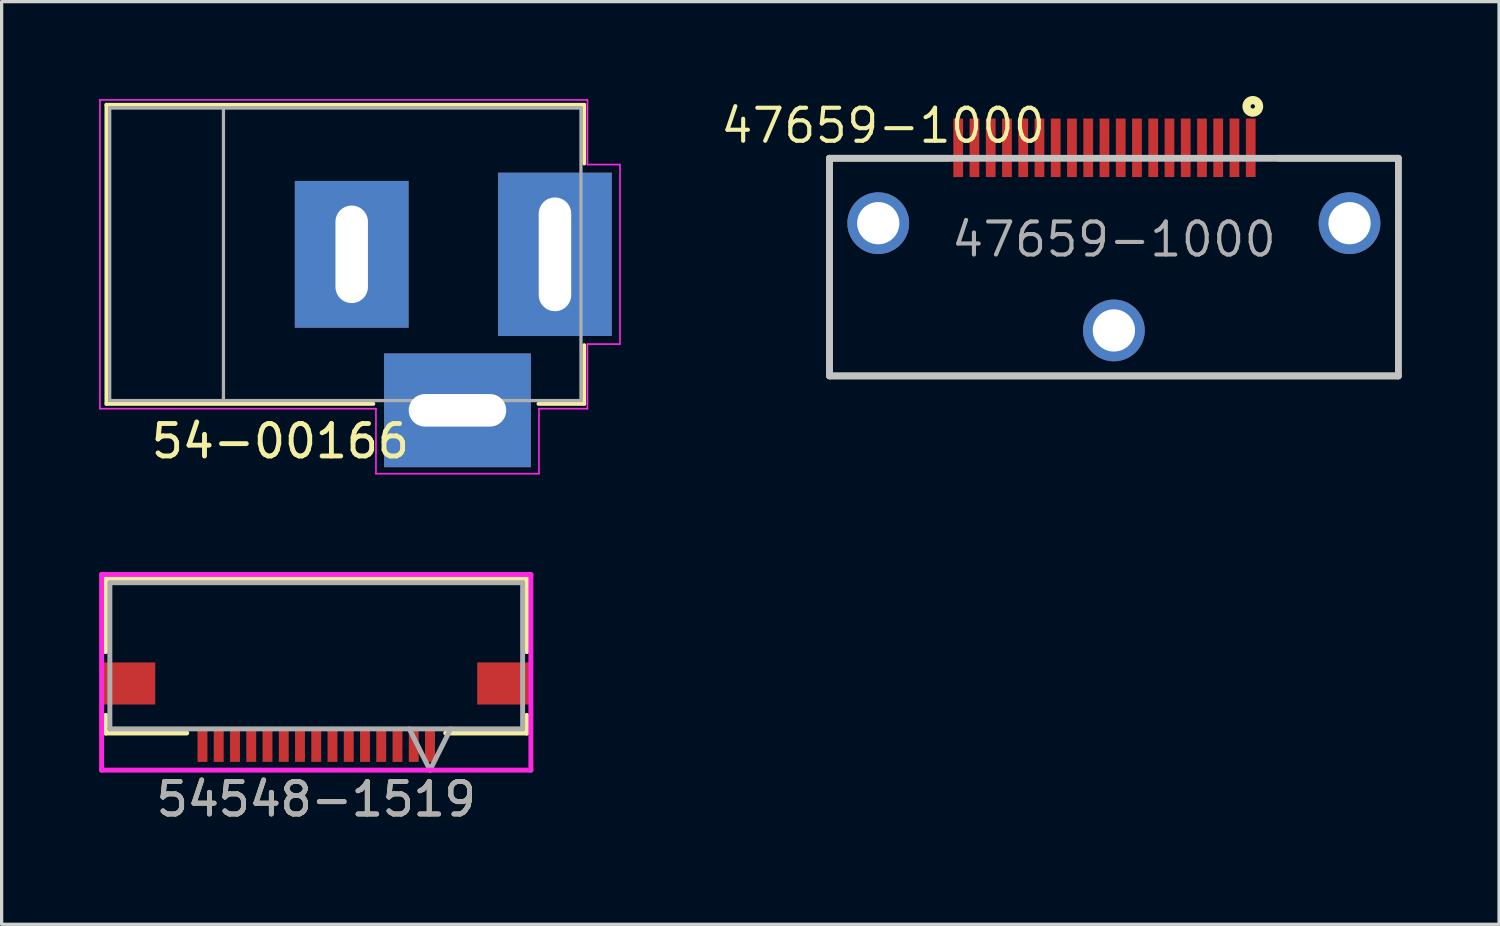
<source format=kicad_pcb>
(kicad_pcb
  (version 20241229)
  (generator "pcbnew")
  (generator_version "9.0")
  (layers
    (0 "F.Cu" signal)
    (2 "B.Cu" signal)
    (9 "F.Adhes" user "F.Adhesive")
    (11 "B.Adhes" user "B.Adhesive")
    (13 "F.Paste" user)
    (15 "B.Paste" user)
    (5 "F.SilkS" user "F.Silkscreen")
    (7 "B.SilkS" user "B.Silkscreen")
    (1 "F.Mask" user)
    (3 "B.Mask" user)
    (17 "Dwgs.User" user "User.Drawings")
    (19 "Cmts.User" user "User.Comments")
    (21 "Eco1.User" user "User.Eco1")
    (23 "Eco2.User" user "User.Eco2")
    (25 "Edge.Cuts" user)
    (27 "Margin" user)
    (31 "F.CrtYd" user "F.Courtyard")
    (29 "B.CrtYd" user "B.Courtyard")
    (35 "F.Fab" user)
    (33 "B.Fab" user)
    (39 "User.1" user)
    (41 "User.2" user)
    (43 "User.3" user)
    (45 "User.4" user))
  (footprint "54548-1519"
    (layer "F.Cu")
    (at 6.68 19.84)
    (property "Reference" "54548-1519" (at 0 1.7 0) (layer "F.SilkS") (effects (font (size 1 1) (thickness 0.15))))
    (attr through_hole)
    (fp_line (start -6.477 -5.087) (end -6.477 -2.841) (stroke (width 0.152) (type solid)) (layer "F.SilkS"))
    (fp_line (start -6.477 -0.88) (end -6.477 -0.337) (stroke (width 0.152) (type solid)) (layer "F.SilkS"))
    (fp_line (start -6.477 -0.337) (end -3.985 -0.337) (stroke (width 0.152) (type solid)) (layer "F.SilkS"))
    (fp_line (start 3.985 -0.337) (end 6.477 -0.337) (stroke (width 0.152) (type solid)) (layer "F.SilkS"))
    (fp_line (start 6.477 -5.087) (end -6.477 -5.087) (stroke (width 0.152) (type solid)) (layer "F.SilkS"))
    (fp_line (start 6.477 -2.841) (end 6.477 -5.087) (stroke (width 0.152) (type solid)) (layer "F.SilkS"))
    (fp_line (start 6.477 -0.337) (end 6.477 -0.88) (stroke (width 0.152) (type solid)) (layer "F.SilkS"))
    (fp_line (start -6.604 -5.214) (end -6.604 0.806) (stroke (width 0.152) (type solid)) (layer "F.CrtYd"))
    (fp_line (start -6.604 0.806) (end 6.604 0.806) (stroke (width 0.152) (type solid)) (layer "F.CrtYd"))
    (fp_line (start 6.604 -5.214) (end -6.604 -5.214) (stroke (width 0.152) (type solid)) (layer "F.CrtYd"))
    (fp_line (start 6.604 0.806) (end 6.604 -5.214) (stroke (width 0.152) (type solid)) (layer "F.CrtYd"))
    (fp_line (start -6.35 -4.96) (end -6.35 -0.464) (stroke (width 0.152) (type solid)) (layer "F.Fab"))
    (fp_line (start -6.35 -0.464) (end 6.35 -0.464) (stroke (width 0.152) (type solid)) (layer "F.Fab"))
    (fp_line (start 2.865 -0.464) (end 3.5 0.806) (stroke (width 0.152) (type solid)) (layer "F.Fab"))
    (fp_line (start 4.135 -0.464) (end 3.5 0.806) (stroke (width 0.152) (type solid)) (layer "F.Fab"))
    (fp_line (start 6.35 -4.96) (end -6.35 -4.96) (stroke (width 0.152) (type solid)) (layer "F.Fab"))
    (fp_line (start 6.35 -0.464) (end 6.35 -4.96) (stroke (width 0.152) (type solid)) (layer "F.Fab"))
    (fp_text user "${REFERENCE}" (at 0 1.7 0) (layer "F.Fab") (effects (font (size 1 1) (thickness 0.15))))
    (pad "1" smd rect (at 3.5 0.044 90) (size 1.016 0.305) (layers "F.Cu" "F.Mask" "F.Paste"))
    (pad "2" smd rect (at 3 0.044 90) (size 1.016 0.305) (layers "F.Cu" "F.Mask" "F.Paste"))
    (pad "3" smd rect (at 2.5 0.044 90) (size 1.016 0.305) (layers "F.Cu" "F.Mask" "F.Paste"))
    (pad "4" smd rect (at 2 0.044 90) (size 1.016 0.305) (layers "F.Cu" "F.Mask" "F.Paste"))
    (pad "5" smd rect (at 1.5 0.044 90) (size 1.016 0.305) (layers "F.Cu" "F.Mask" "F.Paste"))
    (pad "6" smd rect (at 1 0.044 90) (size 1.016 0.305) (layers "F.Cu" "F.Mask" "F.Paste"))
    (pad "7" smd rect (at 0.5 0.044 90) (size 1.016 0.305) (layers "F.Cu" "F.Mask" "F.Paste"))
    (pad "8" smd rect (at 0 0.044 90) (size 1.016 0.305) (layers "F.Cu" "F.Mask" "F.Paste"))
    (pad "9" smd rect (at -0.5 0.044 90) (size 1.016 0.305) (layers "F.Cu" "F.Mask" "F.Paste"))
    (pad "10" smd rect (at -1 0.044 90) (size 1.016 0.305) (layers "F.Cu" "F.Mask" "F.Paste"))
    (pad "11" smd rect (at -1.5 0.044 90) (size 1.016 0.305) (layers "F.Cu" "F.Mask" "F.Paste"))
    (pad "12" smd rect (at -2 0.044 90) (size 1.016 0.305) (layers "F.Cu" "F.Mask" "F.Paste"))
    (pad "13" smd rect (at -2.5 0.044 90) (size 1.016 0.305) (layers "F.Cu" "F.Mask" "F.Paste"))
    (pad "14" smd rect (at -3 0.044 90) (size 1.016 0.305) (layers "F.Cu" "F.Mask" "F.Paste"))
    (pad "15" smd rect (at -3.5 0.044 90) (size 1.016 0.305) (layers "F.Cu" "F.Mask" "F.Paste"))
    (pad "16" smd rect (at -5.779 -1.861) (size 1.651 1.295) (layers "F.Cu" "F.Mask" "F.Paste"))
    (pad "17" smd rect (at 5.779 -1.861) (size 1.651 1.295) (layers "F.Cu" "F.Mask" "F.Paste")))
  (footprint "54-00166"
    (layer "F.Cu")
    (at 14.025 4.775)
    (property "Reference" "54-00166" (at -8.45 5.75 180) (layer "F.SilkS") (effects (font (size 1 1) (thickness 0.15))))
    (attr through_hole)
    (fp_line (start -13.8 -4.6) (end 0.9 -4.6) (stroke (width 0.12) (type solid)) (layer "F.SilkS"))
    (fp_line (start -13.8 4.6) (end -13.8 -4.6) (stroke (width 0.12) (type solid)) (layer "F.SilkS"))
    (fp_line (start -5.588 4.6) (end -13.8 4.6) (stroke (width 0.12) (type solid)) (layer "F.SilkS"))
    (fp_line (start 0.9 -4.6) (end 0.9 -2.794) (stroke (width 0.12) (type solid)) (layer "F.SilkS"))
    (fp_line (start 0.9 2.794) (end 0.9 4.6) (stroke (width 0.12) (type solid)) (layer "F.SilkS"))
    (fp_line (start 0.9 4.6) (end -0.508 4.6) (stroke (width 0.12) (type solid)) (layer "F.SilkS"))
    (fp_line (start -14 4.75) (end -14 -4.75) (stroke (width 0.05) (type solid)) (layer "F.CrtYd"))
    (fp_line (start -5.508 4.75) (end -14 4.75) (stroke (width 0.05) (type solid)) (layer "F.CrtYd"))
    (fp_line (start -5.508 6.75) (end -5.508 4.75) (stroke (width 0.05) (type solid)) (layer "F.CrtYd"))
    (fp_line (start -0.492 4.75) (end -0.492 6.75) (stroke (width 0.05) (type solid)) (layer "F.CrtYd"))
    (fp_line (start -0.492 6.75) (end -5.508 6.75) (stroke (width 0.05) (type solid)) (layer "F.CrtYd"))
    (fp_line (start 1 -4.75) (end -14 -4.75) (stroke (width 0.05) (type solid)) (layer "F.CrtYd"))
    (fp_line (start 1 -4.5) (end 1 -4.75) (stroke (width 0.05) (type solid)) (layer "F.CrtYd"))
    (fp_line (start 1 -4.5) (end 1 -2.762) (stroke (width 0.05) (type solid)) (layer "F.CrtYd"))
    (fp_line (start 1 -2.762) (end 2 -2.762) (stroke (width 0.05) (type solid)) (layer "F.CrtYd"))
    (fp_line (start 1 2.762) (end 1 4.75) (stroke (width 0.05) (type solid)) (layer "F.CrtYd"))
    (fp_line (start 1 4.75) (end -0.492 4.75) (stroke (width 0.05) (type solid)) (layer "F.CrtYd"))
    (fp_line (start 2 -2.762) (end 2 2.762) (stroke (width 0.05) (type solid)) (layer "F.CrtYd"))
    (fp_line (start 2 2.762) (end 1 2.762) (stroke (width 0.05) (type solid)) (layer "F.CrtYd"))
    (fp_line (start -13.7 -4.5) (end -13.7 4.5) (stroke (width 0.1) (type solid)) (layer "F.Fab"))
    (fp_line (start -13.7 4.5) (end 0.8 4.5) (stroke (width 0.1) (type solid)) (layer "F.Fab"))
    (fp_line (start -10.2 -4.5) (end -10.2 4.5) (stroke (width 0.1) (type solid)) (layer "F.Fab"))
    (fp_line (start 0.8 -4.5) (end -13.7 -4.5) (stroke (width 0.1) (type solid)) (layer "F.Fab"))
    (fp_line (start 0.8 4.5) (end 0.8 -4.5) (stroke (width 0.1) (type solid)) (layer "F.Fab"))
    (pad "1" thru_hole rect (at 0 0) (size 3.5 5.024) (drill oval 1 3.5) (layers "*.Cu" "*.Mask"))
    (pad "2" thru_hole rect (at -6.254 0) (size 3.5 4.516) (drill oval 1 3) (layers "*.Cu" "*.Mask"))
    (pad "3" thru_hole rect (at -3 4.8) (size 4.516 3.5) (drill oval 3 1) (layers "*.Cu" "*.Mask")))
  (footprint "47659-1000"
    (layer "F.Cu")
    (at 31.222 2.417)
    (property "Reference" "47659-1000" (at -7.1 -1.6 0) (layer "F.SilkS") (effects (font (size 1.016 1.016) (thickness 0.127))))
    (attr through_hole)
    (fp_line (start -8.75 -0.6) (end -8.75 6.1) (stroke (width 0.2) (type solid)) (layer "F.SilkS"))
    (fp_line (start -8.75 -0.6) (end -5.061 -0.6) (stroke (width 0.2) (type solid)) (layer "F.SilkS"))
    (fp_line (start -8.75 6.1) (end 8.75 6.1) (stroke (width 0.2) (type solid)) (layer "F.SilkS"))
    (fp_line (start 8.75 -0.6) (end 5.061 -0.6) (stroke (width 0.2) (type solid)) (layer "F.SilkS"))
    (fp_line (start 8.75 6.1) (end 8.75 -0.6) (stroke (width 0.2) (type solid)) (layer "F.SilkS"))
    (fp_circle (center 4.274 -2.194) (end 4.208 -2.194) (stroke (width 0.254) (type solid)) (fill no) (layer "F.SilkS"))
    (fp_line (start -8.75 -0.6) (end 8.75 -0.6) (stroke (width 0.2) (type solid)) (layer "Dwgs.User"))
    (fp_line (start -8.75 6.1) (end -8.75 -0.6) (stroke (width 0.2) (type solid)) (layer "Dwgs.User"))
    (fp_line (start 8.75 -0.6) (end 8.75 6.1) (stroke (width 0.2) (type solid)) (layer "Dwgs.User"))
    (fp_line (start 8.75 6.1) (end -8.75 6.1) (stroke (width 0.2) (type solid)) (layer "Dwgs.User"))
    (fp_line (start -8.75 -0.6) (end -8.75 6.1) (stroke (width 0.2) (type solid)) (layer "F.Fab"))
    (fp_line (start -8.75 -0.6) (end 8.75 -0.6) (stroke (width 0.2) (type solid)) (layer "F.Fab"))
    (fp_line (start -8.75 6.1) (end 8.75 6.1) (stroke (width 0.2) (type solid)) (layer "F.Fab"))
    (fp_line (start 8.75 -0.6) (end 8.75 6.1) (stroke (width 0.2) (type solid)) (layer "F.Fab"))
    (fp_text user "${REFERENCE}" (at 0 1.9 0) (layer "F.Fab") (effects (font (size 1.016 1.016) (thickness 0.127))))
    (pad "1" smd rect (at 4.21 -0.92) (size 0.3 1.8) (layers "F.Cu" "F.Mask" "F.Paste"))
    (pad "2" smd rect (at 3.71 -0.92) (size 0.3 1.8) (layers "F.Cu" "F.Mask" "F.Paste"))
    (pad "3" smd rect (at 3.21 -0.92) (size 0.3 1.8) (layers "F.Cu" "F.Mask" "F.Paste"))
    (pad "4" smd rect (at 2.71 -0.92) (size 0.3 1.8) (layers "F.Cu" "F.Mask" "F.Paste"))
    (pad "5" smd rect (at 2.21 -0.92) (size 0.3 1.8) (layers "F.Cu" "F.Mask" "F.Paste"))
    (pad "6" smd rect (at 1.71 -0.92) (size 0.3 1.8) (layers "F.Cu" "F.Mask" "F.Paste"))
    (pad "7" smd rect (at 1.21 -0.92) (size 0.3 1.8) (layers "F.Cu" "F.Mask" "F.Paste"))
    (pad "8" smd rect (at 0.71 -0.92) (size 0.3 1.8) (layers "F.Cu" "F.Mask" "F.Paste"))
    (pad "9" smd rect (at 0.21 -0.92) (size 0.3 1.8) (layers "F.Cu" "F.Mask" "F.Paste"))
    (pad "10" smd rect (at -0.29 -0.92) (size 0.3 1.8) (layers "F.Cu" "F.Mask" "F.Paste"))
    (pad "11" smd rect (at -0.79 -0.92) (size 0.3 1.8) (layers "F.Cu" "F.Mask" "F.Paste"))
    (pad "12" smd rect (at -1.29 -0.92) (size 0.3 1.8) (layers "F.Cu" "F.Mask" "F.Paste"))
    (pad "13" smd rect (at -1.79 -0.92) (size 0.3 1.8) (layers "F.Cu" "F.Mask" "F.Paste"))
    (pad "14" smd rect (at -2.29 -0.92) (size 0.3 1.8) (layers "F.Cu" "F.Mask" "F.Paste"))
    (pad "15" smd rect (at -2.79 -0.92) (size 0.3 1.8) (layers "F.Cu" "F.Mask" "F.Paste"))
    (pad "16" smd rect (at -3.29 -0.92) (size 0.3 1.8) (layers "F.Cu" "F.Mask" "F.Paste"))
    (pad "17" smd rect (at -3.79 -0.92) (size 0.3 1.8) (layers "F.Cu" "F.Mask" "F.Paste"))
    (pad "18" smd rect (at -4.29 -0.92) (size 0.3 1.8) (layers "F.Cu" "F.Mask" "F.Paste"))
    (pad "19" smd rect (at -4.79 -0.92) (size 0.3 1.8) (layers "F.Cu" "F.Mask" "F.Paste"))
    (pad "20" thru_hole circle (at -7.25 1.4 90) (size 1.9 1.9) (drill 1.3) (layers "*.Cu" "*.Mask"))
    (pad "21" thru_hole circle (at 0 4.7 90) (size 1.9 1.9) (drill 1.3) (layers "*.Cu" "*.Mask"))
    (pad "22" thru_hole circle (at 7.25 1.4 90) (size 1.9 1.9) (drill 1.3) (layers "*.Cu" "*.Mask")))
  (gr_rect
    (start -3 -3)
    (end 43.072 25.388)
    (stroke (width 0.1) (type default))
    (fill no)
    (layer "Edge.Cuts")))
</source>
